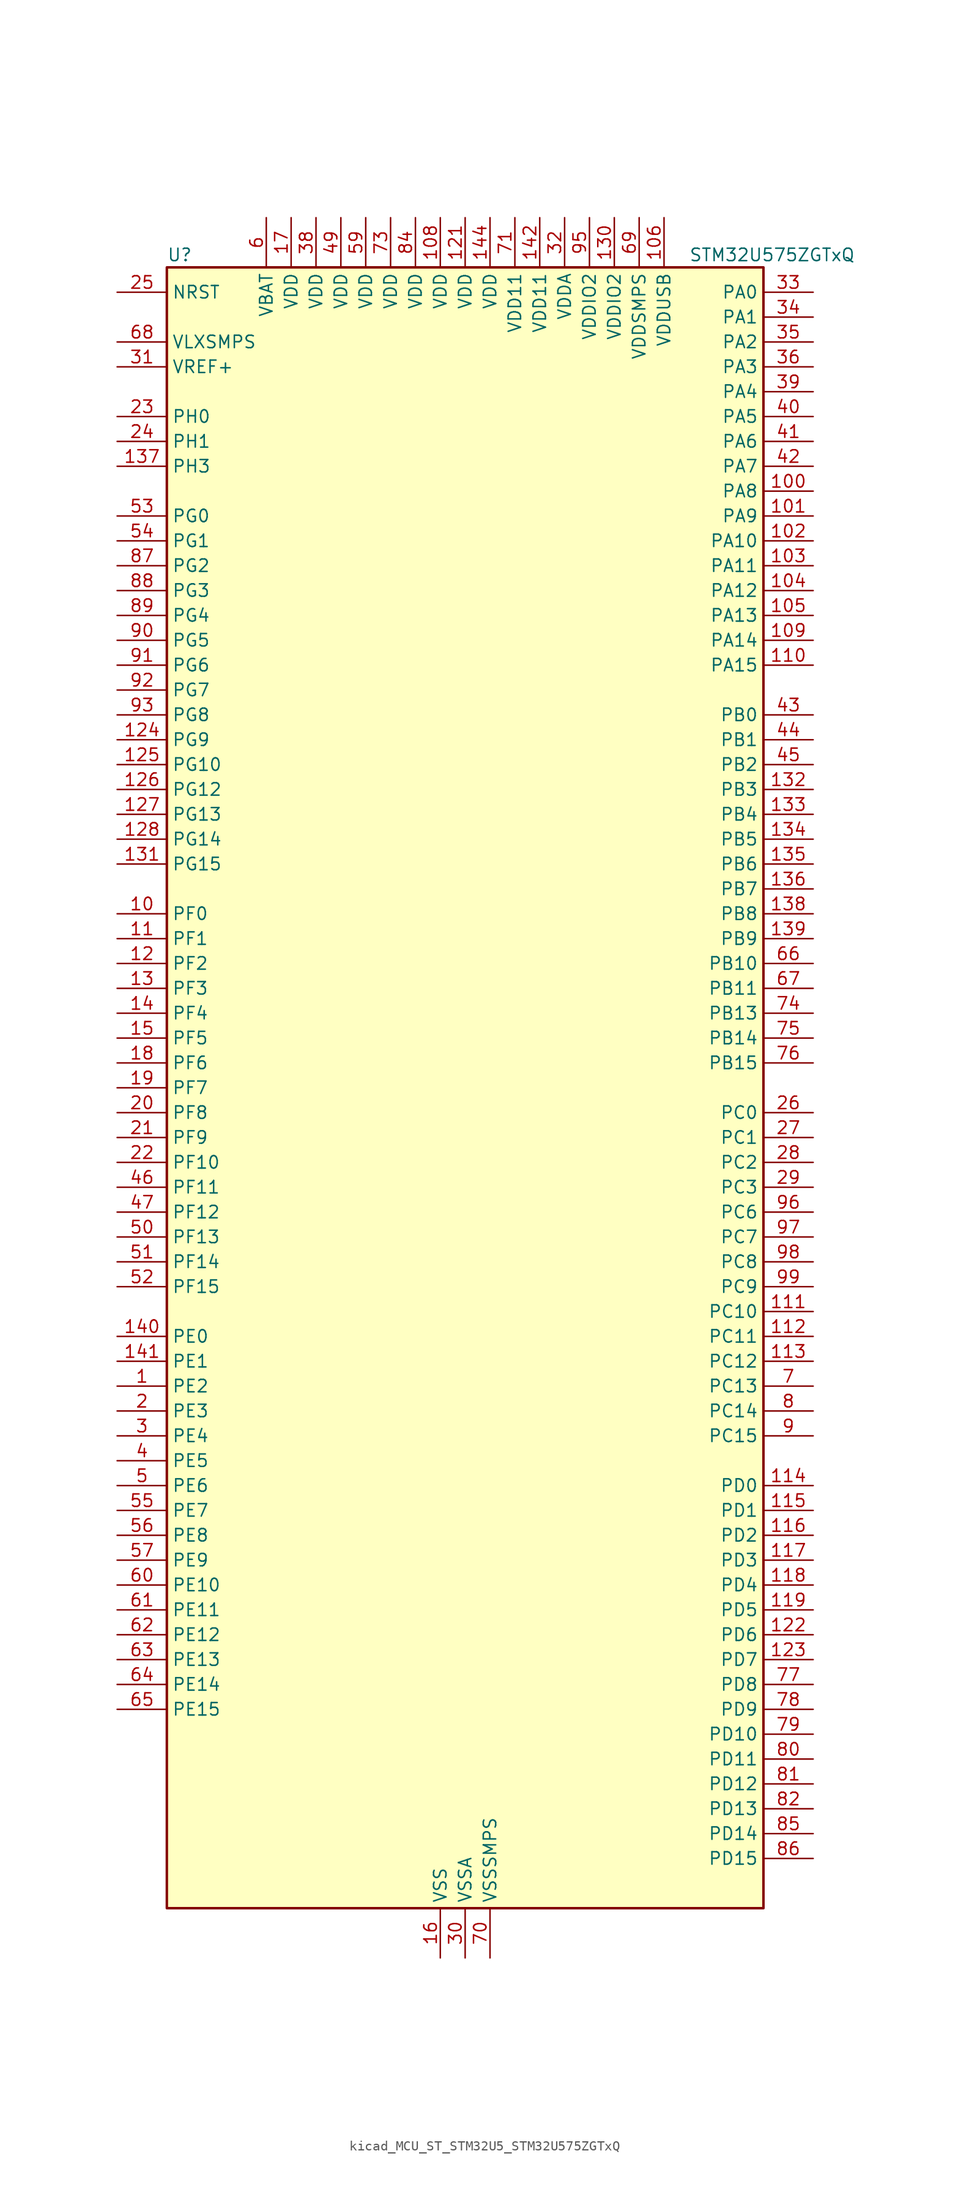
<source format=kicad_sym>
(kicad_symbol_lib
  (version 20220914)
  (generator kicad_symbol_editor)
  (symbol "kicad_MCU_ST_STM32U5_STM32U575ZGTxQ"
    (property "Reference" "U"
      (at -30.48 85.09 0)
      (effects (font (size 1.27 1.27)) (justify left)))
    (property "Value" "STM32U575ZGTxQ"
      (at 22.86 85.09 0)
      (effects (font (size 1.27 1.27)) (justify left)))
    (property "ki_locked" ""
      (at 0 0 0)
      (effects (font (size 1.27 1.27))))
    (symbol "kicad_MCU_ST_STM32U5_STM32U575ZGTxQ_0_1"
      (rectangle (start -30.48 -83.82) (end 30.48 83.82) (stroke (width 0.254) (type default)) (fill (type background))))
    (symbol "kicad_MCU_ST_STM32U5_STM32U575ZGTxQ_1_1"
      (pin bidirectional line (at -35.56 -30.48 0) (length 5.08) (name "PE2" (effects (font (size 1.27 1.27)))) (number "1" (effects (font (size 1.27 1.27)))) (alternate "DEBUG_TRACECLK" bidirectional line) (alternate "FMC_A23" bidirectional line) (alternate "SAI1_CK1" bidirectional line) (alternate "SAI1_MCLK_A" bidirectional line) (alternate "TIM3_ETR" bidirectional line) (alternate "TSC_G7_IO1" bidirectional line))
      (pin bidirectional line (at -35.56 17.78 0) (length 5.08) (name "PF0" (effects (font (size 1.27 1.27)))) (number "10" (effects (font (size 1.27 1.27)))) (alternate "FMC_A0" bidirectional line) (alternate "I2C2_SDA" bidirectional line) (alternate "OCTOSPIM_P2_IO0" bidirectional line))
      (pin bidirectional line (at 35.56 60.96 180) (length 5.08) (name "PA8" (effects (font (size 1.27 1.27)))) (number "100" (effects (font (size 1.27 1.27)))) (alternate "DEBUG_TRACECLK" bidirectional line) (alternate "LPTIM2_CH1" bidirectional line) (alternate "RCC_MCO" bidirectional line) (alternate "SAI1_CK2" bidirectional line) (alternate "SAI1_SCK_A" bidirectional line) (alternate "SPI1_RDY" bidirectional line) (alternate "TIM1_CH1" bidirectional line) (alternate "USART1_CK" bidirectional line) (alternate "USB_OTG_FS_SOF" bidirectional line))
      (pin bidirectional line (at 35.56 58.42 180) (length 5.08) (name "PA9" (effects (font (size 1.27 1.27)))) (number "101" (effects (font (size 1.27 1.27)))) (alternate "DAC1_EXTI9" bidirectional line) (alternate "DCMI_D0" bidirectional line) (alternate "PSSI_D0" bidirectional line) (alternate "SAI1_FS_A" bidirectional line) (alternate "SPI2_SCK" bidirectional line) (alternate "TIM15_BKIN" bidirectional line) (alternate "TIM1_CH2" bidirectional line) (alternate "USART1_TX" bidirectional line) (alternate "USB_OTG_FS_VBUS" bidirectional line))
      (pin bidirectional line (at 35.56 55.88 180) (length 5.08) (name "PA10" (effects (font (size 1.27 1.27)))) (number "102" (effects (font (size 1.27 1.27)))) (alternate "CRS_SYNC" bidirectional line) (alternate "DCMI_D1" bidirectional line) (alternate "LPTIM2_IN2" bidirectional line) (alternate "PSSI_D1" bidirectional line) (alternate "SAI1_D1" bidirectional line) (alternate "SAI1_SD_A" bidirectional line) (alternate "TIM17_BKIN" bidirectional line) (alternate "TIM1_CH3" bidirectional line) (alternate "USART1_RX" bidirectional line) (alternate "USB_OTG_FS_ID" bidirectional line))
      (pin bidirectional line (at 35.56 53.34 180) (length 5.08) (name "PA11" (effects (font (size 1.27 1.27)))) (number "103" (effects (font (size 1.27 1.27)))) (alternate "ADC1_EXTI11" bidirectional line) (alternate "FDCAN1_RX" bidirectional line) (alternate "SPI1_MISO" bidirectional line) (alternate "TIM1_BKIN2" bidirectional line) (alternate "TIM1_CH4" bidirectional line) (alternate "USART1_CTS" bidirectional line) (alternate "USB_OTG_FS_DM" bidirectional line))
      (pin bidirectional line (at 35.56 50.8 180) (length 5.08) (name "PA12" (effects (font (size 1.27 1.27)))) (number "104" (effects (font (size 1.27 1.27)))) (alternate "FDCAN1_TX" bidirectional line) (alternate "OCTOSPIM_P2_NCS" bidirectional line) (alternate "SPI1_MOSI" bidirectional line) (alternate "TIM1_ETR" bidirectional line) (alternate "USART1_DE" bidirectional line) (alternate "USART1_RTS" bidirectional line) (alternate "USB_OTG_FS_DP" bidirectional line))
      (pin bidirectional line (at 35.56 48.26 180) (length 5.08) (name "PA13" (effects (font (size 1.27 1.27)))) (number "105" (effects (font (size 1.27 1.27)))) (alternate "DEBUG_JTMS-SWDIO" bidirectional line) (alternate "IR_OUT" bidirectional line) (alternate "SAI1_SD_B" bidirectional line) (alternate "USB_OTG_FS_NOE" bidirectional line))
      (pin power_in line (at 20.32 88.9 270) (length 5.08) (name "VDDUSB" (effects (font (size 1.27 1.27)))) (number "106" (effects (font (size 1.27 1.27)))))
      (pin passive line (at -2.54 -88.9 90) (length 5.08) hide (name "VSS" (effects (font (size 1.27 1.27)))) (number "107" (effects (font (size 1.27 1.27)))))
      (pin power_in line (at -2.54 88.9 270) (length 5.08) (name "VDD" (effects (font (size 1.27 1.27)))) (number "108" (effects (font (size 1.27 1.27)))))
      (pin bidirectional line (at 35.56 45.72 180) (length 5.08) (name "PA14" (effects (font (size 1.27 1.27)))) (number "109" (effects (font (size 1.27 1.27)))) (alternate "DEBUG_JTCK-SWCLK" bidirectional line) (alternate "I2C1_SMBA" bidirectional line) (alternate "I2C4_SMBA" bidirectional line) (alternate "LPTIM1_CH1" bidirectional line) (alternate "SAI1_FS_B" bidirectional line) (alternate "USB_OTG_FS_SOF" bidirectional line))
      (pin bidirectional line (at -35.56 15.24 0) (length 5.08) (name "PF1" (effects (font (size 1.27 1.27)))) (number "11" (effects (font (size 1.27 1.27)))) (alternate "FMC_A1" bidirectional line) (alternate "I2C2_SCL" bidirectional line) (alternate "OCTOSPIM_P2_IO1" bidirectional line))
      (pin bidirectional line (at 35.56 43.18 180) (length 5.08) (name "PA15" (effects (font (size 1.27 1.27)))) (number "110" (effects (font (size 1.27 1.27)))) (alternate "ADC1_EXTI15" bidirectional line) (alternate "ADC4_EXTI15" bidirectional line) (alternate "DEBUG_JTDI" bidirectional line) (alternate "SAI2_FS_B" bidirectional line) (alternate "SPI1_NSS" bidirectional line) (alternate "SPI3_NSS" bidirectional line) (alternate "TIM2_CH1" bidirectional line) (alternate "TIM2_ETR" bidirectional line) (alternate "UART4_DE" bidirectional line) (alternate "UART4_RTS" bidirectional line) (alternate "UCPD1_CC1" bidirectional line) (alternate "USART2_RX" bidirectional line) (alternate "USART3_DE" bidirectional line) (alternate "USART3_RTS" bidirectional line))
      (pin bidirectional line (at 35.56 -22.86 180) (length 5.08) (name "PC10" (effects (font (size 1.27 1.27)))) (number "111" (effects (font (size 1.27 1.27)))) (alternate "ADF1_CCK1" bidirectional line) (alternate "DCMI_D8" bidirectional line) (alternate "DEBUG_TRACED1" bidirectional line) (alternate "LPTIM3_ETR" bidirectional line) (alternate "PSSI_D8" bidirectional line) (alternate "SAI2_SCK_B" bidirectional line) (alternate "SDMMC1_D2" bidirectional line) (alternate "SPI3_SCK" bidirectional line) (alternate "TSC_G3_IO2" bidirectional line) (alternate "UART4_TX" bidirectional line) (alternate "USART3_TX" bidirectional line))
      (pin bidirectional line (at 35.56 -25.4 180) (length 5.08) (name "PC11" (effects (font (size 1.27 1.27)))) (number "112" (effects (font (size 1.27 1.27)))) (alternate "ADC1_EXTI11" bidirectional line) (alternate "ADF1_SDI0" bidirectional line) (alternate "DCMI_D2" bidirectional line) (alternate "DCMI_D4" bidirectional line) (alternate "LPTIM3_IN1" bidirectional line) (alternate "OCTOSPIM_P1_NCS" bidirectional line) (alternate "PSSI_D2" bidirectional line) (alternate "PSSI_D4" bidirectional line) (alternate "SAI2_MCLK_B" bidirectional line) (alternate "SDMMC1_D3" bidirectional line) (alternate "SPI3_MISO" bidirectional line) (alternate "TSC_G3_IO3" bidirectional line) (alternate "UART4_RX" bidirectional line) (alternate "UCPD1_FRSTX2" bidirectional line) (alternate "USART3_RX" bidirectional line))
      (pin bidirectional line (at 35.56 -27.94 180) (length 5.08) (name "PC12" (effects (font (size 1.27 1.27)))) (number "113" (effects (font (size 1.27 1.27)))) (alternate "DCMI_D9" bidirectional line) (alternate "DEBUG_TRACED3" bidirectional line) (alternate "PSSI_D9" bidirectional line) (alternate "SAI2_SD_B" bidirectional line) (alternate "SDMMC1_CK" bidirectional line) (alternate "SPI3_MOSI" bidirectional line) (alternate "TSC_G3_IO4" bidirectional line) (alternate "UART5_TX" bidirectional line) (alternate "USART3_CK" bidirectional line))
      (pin bidirectional line (at 35.56 -40.64 180) (length 5.08) (name "PD0" (effects (font (size 1.27 1.27)))) (number "114" (effects (font (size 1.27 1.27)))) (alternate "FDCAN1_RX" bidirectional line) (alternate "FMC_D2" bidirectional line) (alternate "FMC_DA2" bidirectional line) (alternate "SPI2_NSS" bidirectional line) (alternate "TIM8_CH4N" bidirectional line))
      (pin bidirectional line (at 35.56 -43.18 180) (length 5.08) (name "PD1" (effects (font (size 1.27 1.27)))) (number "115" (effects (font (size 1.27 1.27)))) (alternate "FDCAN1_TX" bidirectional line) (alternate "FMC_D3" bidirectional line) (alternate "FMC_DA3" bidirectional line) (alternate "SPI2_SCK" bidirectional line))
      (pin bidirectional line (at 35.56 -45.72 180) (length 5.08) (name "PD2" (effects (font (size 1.27 1.27)))) (number "116" (effects (font (size 1.27 1.27)))) (alternate "DCMI_D11" bidirectional line) (alternate "DEBUG_TRACED2" bidirectional line) (alternate "LPTIM4_ETR" bidirectional line) (alternate "PSSI_D11" bidirectional line) (alternate "SDMMC1_CMD" bidirectional line) (alternate "TIM3_ETR" bidirectional line) (alternate "TSC_SYNC" bidirectional line) (alternate "UART5_RX" bidirectional line) (alternate "USART3_DE" bidirectional line) (alternate "USART3_RTS" bidirectional line))
      (pin bidirectional line (at 35.56 -48.26 180) (length 5.08) (name "PD3" (effects (font (size 1.27 1.27)))) (number "117" (effects (font (size 1.27 1.27)))) (alternate "DCMI_D5" bidirectional line) (alternate "FMC_CLK" bidirectional line) (alternate "MDF1_SDI0" bidirectional line) (alternate "OCTOSPIM_P2_NCS" bidirectional line) (alternate "PSSI_D5" bidirectional line) (alternate "SPI2_MISO" bidirectional line) (alternate "SPI2_SCK" bidirectional line) (alternate "USART2_CTS" bidirectional line))
      (pin bidirectional line (at 35.56 -50.8 180) (length 5.08) (name "PD4" (effects (font (size 1.27 1.27)))) (number "118" (effects (font (size 1.27 1.27)))) (alternate "FMC_NOE" bidirectional line) (alternate "MDF1_CKI0" bidirectional line) (alternate "OCTOSPIM_P1_IO4" bidirectional line) (alternate "SPI2_MOSI" bidirectional line) (alternate "USART2_DE" bidirectional line) (alternate "USART2_RTS" bidirectional line))
      (pin bidirectional line (at 35.56 -53.34 180) (length 5.08) (name "PD5" (effects (font (size 1.27 1.27)))) (number "119" (effects (font (size 1.27 1.27)))) (alternate "FMC_NWE" bidirectional line) (alternate "OCTOSPIM_P1_IO5" bidirectional line) (alternate "SPI2_RDY" bidirectional line) (alternate "USART2_TX" bidirectional line))
      (pin bidirectional line (at -35.56 12.7 0) (length 5.08) (name "PF2" (effects (font (size 1.27 1.27)))) (number "12" (effects (font (size 1.27 1.27)))) (alternate "FMC_A2" bidirectional line) (alternate "I2C2_SMBA" bidirectional line) (alternate "LPTIM3_CH2" bidirectional line) (alternate "OCTOSPIM_P2_IO2" bidirectional line) (alternate "PWR_WKUP8" bidirectional line))
      (pin passive line (at -2.54 -88.9 90) (length 5.08) hide (name "VSS" (effects (font (size 1.27 1.27)))) (number "120" (effects (font (size 1.27 1.27)))))
      (pin power_in line (at 0 88.9 270) (length 5.08) (name "VDD" (effects (font (size 1.27 1.27)))) (number "121" (effects (font (size 1.27 1.27)))))
      (pin bidirectional line (at 35.56 -55.88 180) (length 5.08) (name "PD6" (effects (font (size 1.27 1.27)))) (number "122" (effects (font (size 1.27 1.27)))) (alternate "DCMI_D10" bidirectional line) (alternate "FMC_NWAIT" bidirectional line) (alternate "MDF1_SDI1" bidirectional line) (alternate "OCTOSPIM_P1_IO6" bidirectional line) (alternate "PSSI_D10" bidirectional line) (alternate "SAI1_D1" bidirectional line) (alternate "SAI1_SD_A" bidirectional line) (alternate "SDMMC2_CK" bidirectional line) (alternate "SPI3_MOSI" bidirectional line) (alternate "USART2_RX" bidirectional line))
      (pin bidirectional line (at 35.56 -58.42 180) (length 5.08) (name "PD7" (effects (font (size 1.27 1.27)))) (number "123" (effects (font (size 1.27 1.27)))) (alternate "FMC_NCE" bidirectional line) (alternate "FMC_NE1" bidirectional line) (alternate "LPTIM4_OUT" bidirectional line) (alternate "MDF1_CKI1" bidirectional line) (alternate "OCTOSPIM_P1_IO7" bidirectional line) (alternate "SDMMC2_CMD" bidirectional line) (alternate "USART2_CK" bidirectional line))
      (pin bidirectional line (at -35.56 35.56 0) (length 5.08) (name "PG9" (effects (font (size 1.27 1.27)))) (number "124" (effects (font (size 1.27 1.27)))) (alternate "DAC1_EXTI9" bidirectional line) (alternate "FMC_NCE" bidirectional line) (alternate "FMC_NE2" bidirectional line) (alternate "OCTOSPIM_P2_IO6" bidirectional line) (alternate "SAI2_SCK_A" bidirectional line) (alternate "SPI3_SCK" bidirectional line) (alternate "TIM15_CH1N" bidirectional line) (alternate "USART1_TX" bidirectional line))
      (pin bidirectional line (at -35.56 33.02 0) (length 5.08) (name "PG10" (effects (font (size 1.27 1.27)))) (number "125" (effects (font (size 1.27 1.27)))) (alternate "FMC_NE3" bidirectional line) (alternate "LPTIM1_IN1" bidirectional line) (alternate "OCTOSPIM_P2_IO7" bidirectional line) (alternate "SAI2_FS_A" bidirectional line) (alternate "SPI3_MISO" bidirectional line) (alternate "TIM15_CH1" bidirectional line) (alternate "USART1_RX" bidirectional line))
      (pin bidirectional line (at -35.56 30.48 0) (length 5.08) (name "PG12" (effects (font (size 1.27 1.27)))) (number "126" (effects (font (size 1.27 1.27)))) (alternate "FMC_NE4" bidirectional line) (alternate "LPTIM1_ETR" bidirectional line) (alternate "OCTOSPIM_P2_NCS" bidirectional line) (alternate "SAI2_SD_A" bidirectional line) (alternate "SPI3_NSS" bidirectional line) (alternate "USART1_DE" bidirectional line) (alternate "USART1_RTS" bidirectional line))
      (pin bidirectional line (at -35.56 27.94 0) (length 5.08) (name "PG13" (effects (font (size 1.27 1.27)))) (number "127" (effects (font (size 1.27 1.27)))) (alternate "FMC_A24" bidirectional line) (alternate "I2C1_SDA" bidirectional line) (alternate "SPI3_RDY" bidirectional line) (alternate "USART1_CK" bidirectional line))
      (pin bidirectional line (at -35.56 25.4 0) (length 5.08) (name "PG14" (effects (font (size 1.27 1.27)))) (number "128" (effects (font (size 1.27 1.27)))) (alternate "FMC_A25" bidirectional line) (alternate "I2C1_SCL" bidirectional line) (alternate "LPTIM1_CH2" bidirectional line))
      (pin passive line (at -2.54 -88.9 90) (length 5.08) hide (name "VSS" (effects (font (size 1.27 1.27)))) (number "129" (effects (font (size 1.27 1.27)))))
      (pin bidirectional line (at -35.56 10.16 0) (length 5.08) (name "PF3" (effects (font (size 1.27 1.27)))) (number "13" (effects (font (size 1.27 1.27)))) (alternate "FMC_A3" bidirectional line) (alternate "LPTIM3_IN1" bidirectional line) (alternate "OCTOSPIM_P2_IO3" bidirectional line))
      (pin power_in line (at 15.24 88.9 270) (length 5.08) (name "VDDIO2" (effects (font (size 1.27 1.27)))) (number "130" (effects (font (size 1.27 1.27)))))
      (pin bidirectional line (at -35.56 22.86 0) (length 5.08) (name "PG15" (effects (font (size 1.27 1.27)))) (number "131" (effects (font (size 1.27 1.27)))) (alternate "ADC1_EXTI15" bidirectional line) (alternate "ADC4_EXTI15" bidirectional line) (alternate "DCMI_D13" bidirectional line) (alternate "I2C1_SMBA" bidirectional line) (alternate "LPTIM1_CH1" bidirectional line) (alternate "OCTOSPIM_P2_DQS" bidirectional line) (alternate "PSSI_D13" bidirectional line))
      (pin bidirectional line (at 35.56 30.48 180) (length 5.08) (name "PB3" (effects (font (size 1.27 1.27)))) (number "132" (effects (font (size 1.27 1.27)))) (alternate "ADF1_CCK0" bidirectional line) (alternate "COMP2_INM" bidirectional line) (alternate "CRS_SYNC" bidirectional line) (alternate "DEBUG_JTDO-SWO" bidirectional line) (alternate "I2C1_SDA" bidirectional line) (alternate "LPTIM1_CH1" bidirectional line) (alternate "SAI1_SCK_B" bidirectional line) (alternate "SDMMC2_D2" bidirectional line) (alternate "SPI1_SCK" bidirectional line) (alternate "SPI3_SCK" bidirectional line) (alternate "TIM2_CH2" bidirectional line) (alternate "USART1_DE" bidirectional line) (alternate "USART1_RTS" bidirectional line))
      (pin bidirectional line (at 35.56 27.94 180) (length 5.08) (name "PB4" (effects (font (size 1.27 1.27)))) (number "133" (effects (font (size 1.27 1.27)))) (alternate "ADF1_SDI0" bidirectional line) (alternate "COMP2_INP" bidirectional line) (alternate "DCMI_D12" bidirectional line) (alternate "DEBUG_JTRST" bidirectional line) (alternate "I2C3_SDA" bidirectional line) (alternate "LPTIM1_CH2" bidirectional line) (alternate "PSSI_D12" bidirectional line) (alternate "SAI1_MCLK_B" bidirectional line) (alternate "SDMMC2_D3" bidirectional line) (alternate "SPI1_MISO" bidirectional line) (alternate "SPI3_MISO" bidirectional line) (alternate "TIM17_BKIN" bidirectional line) (alternate "TIM3_CH1" bidirectional line) (alternate "TSC_G2_IO1" bidirectional line) (alternate "UART5_DE" bidirectional line) (alternate "UART5_RTS" bidirectional line) (alternate "USART1_CTS" bidirectional line))
      (pin bidirectional line (at 35.56 25.4 180) (length 5.08) (name "PB5" (effects (font (size 1.27 1.27)))) (number "134" (effects (font (size 1.27 1.27)))) (alternate "COMP2_OUT" bidirectional line) (alternate "DCMI_D10" bidirectional line) (alternate "I2C1_SMBA" bidirectional line) (alternate "LPTIM1_IN1" bidirectional line) (alternate "OCTOSPIM_P1_NCLK" bidirectional line) (alternate "PSSI_D10" bidirectional line) (alternate "PWR_WKUP6" bidirectional line) (alternate "SAI1_SD_B" bidirectional line) (alternate "SPI1_MOSI" bidirectional line) (alternate "SPI3_MOSI" bidirectional line) (alternate "TIM16_BKIN" bidirectional line) (alternate "TIM3_CH2" bidirectional line) (alternate "TSC_G2_IO2" bidirectional line) (alternate "UART5_CTS" bidirectional line) (alternate "UCPD1_DBCC1" bidirectional line) (alternate "USART1_CK" bidirectional line))
      (pin bidirectional line (at 35.56 22.86 180) (length 5.08) (name "PB6" (effects (font (size 1.27 1.27)))) (number "135" (effects (font (size 1.27 1.27)))) (alternate "COMP2_INP" bidirectional line) (alternate "DCMI_D5" bidirectional line) (alternate "I2C1_SCL" bidirectional line) (alternate "I2C4_SCL" bidirectional line) (alternate "LPTIM1_ETR" bidirectional line) (alternate "MDF1_SDI5" bidirectional line) (alternate "PSSI_D5" bidirectional line) (alternate "PWR_WKUP3" bidirectional line) (alternate "SAI1_FS_B" bidirectional line) (alternate "TIM16_CH1N" bidirectional line) (alternate "TIM4_CH1" bidirectional line) (alternate "TIM8_BKIN2" bidirectional line) (alternate "TSC_G2_IO3" bidirectional line) (alternate "USART1_TX" bidirectional line))
      (pin bidirectional line (at 35.56 20.32 180) (length 5.08) (name "PB7" (effects (font (size 1.27 1.27)))) (number "136" (effects (font (size 1.27 1.27)))) (alternate "COMP2_INM" bidirectional line) (alternate "DCMI_VSYNC" bidirectional line) (alternate "FMC_NL" bidirectional line) (alternate "I2C1_SDA" bidirectional line) (alternate "I2C4_SDA" bidirectional line) (alternate "LPTIM1_IN2" bidirectional line) (alternate "MDF1_CKI5" bidirectional line) (alternate "PSSI_RDY" bidirectional line) (alternate "PWR_PVD_IN" bidirectional line) (alternate "PWR_WKUP4" bidirectional line) (alternate "TIM17_CH1N" bidirectional line) (alternate "TIM4_CH2" bidirectional line) (alternate "TIM8_BKIN" bidirectional line) (alternate "TSC_G2_IO4" bidirectional line) (alternate "UART4_CTS" bidirectional line) (alternate "USART1_RX" bidirectional line))
      (pin bidirectional line (at -35.56 63.5 0) (length 5.08) (name "PH3" (effects (font (size 1.27 1.27)))) (number "137" (effects (font (size 1.27 1.27)))))
      (pin bidirectional line (at 35.56 17.78 180) (length 5.08) (name "PB8" (effects (font (size 1.27 1.27)))) (number "138" (effects (font (size 1.27 1.27)))) (alternate "DCMI_D6" bidirectional line) (alternate "FDCAN1_RX" bidirectional line) (alternate "I2C1_SCL" bidirectional line) (alternate "MDF1_CCK0" bidirectional line) (alternate "PSSI_D6" bidirectional line) (alternate "PWR_WKUP5" bidirectional line) (alternate "SAI1_CK1" bidirectional line) (alternate "SAI1_MCLK_A" bidirectional line) (alternate "SDMMC1_CKIN" bidirectional line) (alternate "SDMMC1_D4" bidirectional line) (alternate "SDMMC2_D4" bidirectional line) (alternate "SPI3_RDY" bidirectional line) (alternate "TIM16_CH1" bidirectional line) (alternate "TIM4_CH3" bidirectional line))
      (pin bidirectional line (at 35.56 15.24 180) (length 5.08) (name "PB9" (effects (font (size 1.27 1.27)))) (number "139" (effects (font (size 1.27 1.27)))) (alternate "DAC1_EXTI9" bidirectional line) (alternate "DCMI_D7" bidirectional line) (alternate "FDCAN1_TX" bidirectional line) (alternate "I2C1_SDA" bidirectional line) (alternate "IR_OUT" bidirectional line) (alternate "PSSI_D7" bidirectional line) (alternate "SAI1_D2" bidirectional line) (alternate "SAI1_FS_A" bidirectional line) (alternate "SDMMC1_CDIR" bidirectional line) (alternate "SDMMC1_D5" bidirectional line) (alternate "SDMMC2_D5" bidirectional line) (alternate "SPI2_NSS" bidirectional line) (alternate "TIM17_CH1" bidirectional line) (alternate "TIM4_CH4" bidirectional line))
      (pin bidirectional line (at -35.56 7.62 0) (length 5.08) (name "PF4" (effects (font (size 1.27 1.27)))) (number "14" (effects (font (size 1.27 1.27)))) (alternate "FMC_A4" bidirectional line) (alternate "LPTIM3_ETR" bidirectional line) (alternate "OCTOSPIM_P2_CLK" bidirectional line))
      (pin bidirectional line (at -35.56 -25.4 0) (length 5.08) (name "PE0" (effects (font (size 1.27 1.27)))) (number "140" (effects (font (size 1.27 1.27)))) (alternate "DCMI_D2" bidirectional line) (alternate "FMC_NBL0" bidirectional line) (alternate "PSSI_D2" bidirectional line) (alternate "TIM16_CH1" bidirectional line) (alternate "TIM4_ETR" bidirectional line))
      (pin bidirectional line (at -35.56 -27.94 0) (length 5.08) (name "PE1" (effects (font (size 1.27 1.27)))) (number "141" (effects (font (size 1.27 1.27)))) (alternate "DCMI_D3" bidirectional line) (alternate "FMC_NBL1" bidirectional line) (alternate "PSSI_D3" bidirectional line) (alternate "TIM17_CH1" bidirectional line))
      (pin power_in line (at 7.62 88.9 270) (length 5.08) (name "VDD11" (effects (font (size 1.27 1.27)))) (number "142" (effects (font (size 1.27 1.27)))))
      (pin passive line (at -2.54 -88.9 90) (length 5.08) hide (name "VSS" (effects (font (size 1.27 1.27)))) (number "143" (effects (font (size 1.27 1.27)))))
      (pin power_in line (at 2.54 88.9 270) (length 5.08) (name "VDD" (effects (font (size 1.27 1.27)))) (number "144" (effects (font (size 1.27 1.27)))))
      (pin bidirectional line (at -35.56 5.08 0) (length 5.08) (name "PF5" (effects (font (size 1.27 1.27)))) (number "15" (effects (font (size 1.27 1.27)))) (alternate "FMC_A5" bidirectional line) (alternate "LPTIM3_CH1" bidirectional line) (alternate "OCTOSPIM_P2_NCLK" bidirectional line))
      (pin power_in line (at -2.54 -88.9 90) (length 5.08) (name "VSS" (effects (font (size 1.27 1.27)))) (number "16" (effects (font (size 1.27 1.27)))))
      (pin power_in line (at -17.78 88.9 270) (length 5.08) (name "VDD" (effects (font (size 1.27 1.27)))) (number "17" (effects (font (size 1.27 1.27)))))
      (pin bidirectional line (at -35.56 2.54 0) (length 5.08) (name "PF6" (effects (font (size 1.27 1.27)))) (number "18" (effects (font (size 1.27 1.27)))) (alternate "DCMI_D12" bidirectional line) (alternate "OCTOSPIM_P1_IO3" bidirectional line) (alternate "OCTOSPIM_P2_NCS" bidirectional line) (alternate "PSSI_D12" bidirectional line) (alternate "SAI1_SD_B" bidirectional line) (alternate "TIM5_CH1" bidirectional line) (alternate "TIM5_ETR" bidirectional line))
      (pin bidirectional line (at -35.56 0 0) (length 5.08) (name "PF7" (effects (font (size 1.27 1.27)))) (number "19" (effects (font (size 1.27 1.27)))) (alternate "FDCAN1_RX" bidirectional line) (alternate "OCTOSPIM_P1_IO2" bidirectional line) (alternate "SAI1_MCLK_B" bidirectional line) (alternate "TIM5_CH2" bidirectional line))
      (pin bidirectional line (at -35.56 -33.02 0) (length 5.08) (name "PE3" (effects (font (size 1.27 1.27)))) (number "2" (effects (font (size 1.27 1.27)))) (alternate "DEBUG_TRACED0" bidirectional line) (alternate "FMC_A19" bidirectional line) (alternate "OCTOSPIM_P1_DQS" bidirectional line) (alternate "SAI1_SD_B" bidirectional line) (alternate "TAMP_IN6" bidirectional line) (alternate "TAMP_OUT3" bidirectional line) (alternate "TIM3_CH1" bidirectional line) (alternate "TSC_G7_IO2" bidirectional line))
      (pin bidirectional line (at -35.56 -2.54 0) (length 5.08) (name "PF8" (effects (font (size 1.27 1.27)))) (number "20" (effects (font (size 1.27 1.27)))) (alternate "FDCAN1_TX" bidirectional line) (alternate "OCTOSPIM_P1_IO0" bidirectional line) (alternate "PSSI_D14" bidirectional line) (alternate "SAI1_SCK_B" bidirectional line) (alternate "TIM5_CH3" bidirectional line))
      (pin bidirectional line (at -35.56 -5.08 0) (length 5.08) (name "PF9" (effects (font (size 1.27 1.27)))) (number "21" (effects (font (size 1.27 1.27)))) (alternate "DAC1_EXTI9" bidirectional line) (alternate "OCTOSPIM_P1_IO1" bidirectional line) (alternate "PSSI_D15" bidirectional line) (alternate "SAI1_FS_B" bidirectional line) (alternate "TIM15_CH1" bidirectional line) (alternate "TIM5_CH4" bidirectional line))
      (pin bidirectional line (at -35.56 -7.62 0) (length 5.08) (name "PF10" (effects (font (size 1.27 1.27)))) (number "22" (effects (font (size 1.27 1.27)))) (alternate "DCMI_D11" bidirectional line) (alternate "MDF1_CCK1" bidirectional line) (alternate "OCTOSPIM_P1_CLK" bidirectional line) (alternate "PSSI_D11" bidirectional line) (alternate "PSSI_D15" bidirectional line) (alternate "SAI1_D3" bidirectional line) (alternate "TIM15_CH2" bidirectional line))
      (pin bidirectional line (at -35.56 68.58 0) (length 5.08) (name "PH0" (effects (font (size 1.27 1.27)))) (number "23" (effects (font (size 1.27 1.27)))) (alternate "RCC_OSC_IN" bidirectional line))
      (pin bidirectional line (at -35.56 66.04 0) (length 5.08) (name "PH1" (effects (font (size 1.27 1.27)))) (number "24" (effects (font (size 1.27 1.27)))) (alternate "RCC_OSC_OUT" bidirectional line))
      (pin input line (at -35.56 81.28 0) (length 5.08) (name "NRST" (effects (font (size 1.27 1.27)))) (number "25" (effects (font (size 1.27 1.27)))))
      (pin bidirectional line (at 35.56 -2.54 180) (length 5.08) (name "PC0" (effects (font (size 1.27 1.27)))) (number "26" (effects (font (size 1.27 1.27)))) (alternate "ADC1_IN1" bidirectional line) (alternate "ADC4_IN1" bidirectional line) (alternate "I2C3_SCL" bidirectional line) (alternate "LPTIM1_IN1" bidirectional line) (alternate "LPTIM2_IN1" bidirectional line) (alternate "LPUART1_RX" bidirectional line) (alternate "MDF1_SDI4" bidirectional line) (alternate "OCTOSPIM_P1_IO7" bidirectional line) (alternate "SAI2_FS_A" bidirectional line) (alternate "SDMMC1_D5" bidirectional line) (alternate "SPI2_RDY" bidirectional line))
      (pin bidirectional line (at 35.56 -5.08 180) (length 5.08) (name "PC1" (effects (font (size 1.27 1.27)))) (number "27" (effects (font (size 1.27 1.27)))) (alternate "ADC1_IN2" bidirectional line) (alternate "ADC4_IN2" bidirectional line) (alternate "DEBUG_TRACED0" bidirectional line) (alternate "I2C3_SDA" bidirectional line) (alternate "LPTIM1_CH1" bidirectional line) (alternate "LPUART1_TX" bidirectional line) (alternate "MDF1_CKI4" bidirectional line) (alternate "OCTOSPIM_P1_IO4" bidirectional line) (alternate "SAI1_SD_A" bidirectional line) (alternate "SDMMC2_CK" bidirectional line) (alternate "SPI2_MOSI" bidirectional line))
      (pin bidirectional line (at 35.56 -7.62 180) (length 5.08) (name "PC2" (effects (font (size 1.27 1.27)))) (number "28" (effects (font (size 1.27 1.27)))) (alternate "ADC1_IN3" bidirectional line) (alternate "ADC4_IN3" bidirectional line) (alternate "LPTIM1_IN2" bidirectional line) (alternate "MDF1_CCK1" bidirectional line) (alternate "OCTOSPIM_P1_IO5" bidirectional line) (alternate "SPI2_MISO" bidirectional line))
      (pin bidirectional line (at 35.56 -10.16 180) (length 5.08) (name "PC3" (effects (font (size 1.27 1.27)))) (number "29" (effects (font (size 1.27 1.27)))) (alternate "ADC1_IN4" bidirectional line) (alternate "ADC4_IN4" bidirectional line) (alternate "LPTIM1_ETR" bidirectional line) (alternate "LPTIM2_ETR" bidirectional line) (alternate "LPTIM3_CH1" bidirectional line) (alternate "OCTOSPIM_P1_IO6" bidirectional line) (alternate "SAI1_D1" bidirectional line) (alternate "SAI1_SD_A" bidirectional line) (alternate "SPI2_MOSI" bidirectional line))
      (pin bidirectional line (at -35.56 -35.56 0) (length 5.08) (name "PE4" (effects (font (size 1.27 1.27)))) (number "3" (effects (font (size 1.27 1.27)))) (alternate "DCMI_D4" bidirectional line) (alternate "DEBUG_TRACED1" bidirectional line) (alternate "FMC_A20" bidirectional line) (alternate "MDF1_SDI3" bidirectional line) (alternate "PSSI_D4" bidirectional line) (alternate "PWR_WKUP1" bidirectional line) (alternate "SAI1_D2" bidirectional line) (alternate "SAI1_FS_A" bidirectional line) (alternate "TAMP_IN7" bidirectional line) (alternate "TAMP_OUT8" bidirectional line) (alternate "TIM3_CH2" bidirectional line) (alternate "TSC_G7_IO3" bidirectional line))
      (pin power_in line (at 0 -88.9 90) (length 5.08) (name "VSSA" (effects (font (size 1.27 1.27)))) (number "30" (effects (font (size 1.27 1.27)))))
      (pin input line (at -35.56 73.66 0) (length 5.08) (name "VREF+" (effects (font (size 1.27 1.27)))) (number "31" (effects (font (size 1.27 1.27)))) (alternate "VREFBUF_OUT" bidirectional line))
      (pin power_in line (at 10.16 88.9 270) (length 5.08) (name "VDDA" (effects (font (size 1.27 1.27)))) (number "32" (effects (font (size 1.27 1.27)))))
      (pin bidirectional line (at 35.56 81.28 180) (length 5.08) (name "PA0" (effects (font (size 1.27 1.27)))) (number "33" (effects (font (size 1.27 1.27)))) (alternate "ADC1_IN5" bidirectional line) (alternate "AUDIOCLK" bidirectional line) (alternate "OCTOSPIM_P2_NCS" bidirectional line) (alternate "OPAMP1_VINP" bidirectional line) (alternate "PWR_WKUP1" bidirectional line) (alternate "SDMMC2_CMD" bidirectional line) (alternate "SPI3_RDY" bidirectional line) (alternate "TAMP_IN2" bidirectional line) (alternate "TAMP_OUT1" bidirectional line) (alternate "TIM2_CH1" bidirectional line) (alternate "TIM2_ETR" bidirectional line) (alternate "TIM5_CH1" bidirectional line) (alternate "TIM8_ETR" bidirectional line) (alternate "UART4_TX" bidirectional line) (alternate "USART2_CTS" bidirectional line))
      (pin bidirectional line (at 35.56 78.74 180) (length 5.08) (name "PA1" (effects (font (size 1.27 1.27)))) (number "34" (effects (font (size 1.27 1.27)))) (alternate "ADC1_IN6" bidirectional line) (alternate "I2C1_SMBA" bidirectional line) (alternate "LPTIM1_CH2" bidirectional line) (alternate "OCTOSPIM_P1_DQS" bidirectional line) (alternate "OPAMP1_VINM" bidirectional line) (alternate "PWR_WKUP3" bidirectional line) (alternate "SPI1_SCK" bidirectional line) (alternate "TAMP_IN5" bidirectional line) (alternate "TAMP_OUT4" bidirectional line) (alternate "TIM15_CH1N" bidirectional line) (alternate "TIM2_CH2" bidirectional line) (alternate "TIM5_CH2" bidirectional line) (alternate "UART4_RX" bidirectional line) (alternate "USART2_DE" bidirectional line) (alternate "USART2_RTS" bidirectional line))
      (pin bidirectional line (at 35.56 76.2 180) (length 5.08) (name "PA2" (effects (font (size 1.27 1.27)))) (number "35" (effects (font (size 1.27 1.27)))) (alternate "ADC1_IN7" bidirectional line) (alternate "COMP1_INP" bidirectional line) (alternate "LPUART1_TX" bidirectional line) (alternate "OCTOSPIM_P1_NCS" bidirectional line) (alternate "PWR_WKUP4" bidirectional line) (alternate "RCC_LSCO" bidirectional line) (alternate "SPI1_RDY" bidirectional line) (alternate "TIM15_CH1" bidirectional line) (alternate "TIM2_CH3" bidirectional line) (alternate "TIM5_CH3" bidirectional line) (alternate "UCPD1_FRSTX1" bidirectional line) (alternate "USART2_TX" bidirectional line))
      (pin bidirectional line (at 35.56 73.66 180) (length 5.08) (name "PA3" (effects (font (size 1.27 1.27)))) (number "36" (effects (font (size 1.27 1.27)))) (alternate "ADC1_IN8" bidirectional line) (alternate "LPUART1_RX" bidirectional line) (alternate "OCTOSPIM_P1_CLK" bidirectional line) (alternate "OPAMP1_VOUT" bidirectional line) (alternate "PWR_WKUP5" bidirectional line) (alternate "SAI1_CK1" bidirectional line) (alternate "SAI1_MCLK_A" bidirectional line) (alternate "TIM15_CH2" bidirectional line) (alternate "TIM2_CH4" bidirectional line) (alternate "TIM5_CH4" bidirectional line) (alternate "USART2_RX" bidirectional line))
      (pin passive line (at -2.54 -88.9 90) (length 5.08) hide (name "VSS" (effects (font (size 1.27 1.27)))) (number "37" (effects (font (size 1.27 1.27)))))
      (pin power_in line (at -15.24 88.9 270) (length 5.08) (name "VDD" (effects (font (size 1.27 1.27)))) (number "38" (effects (font (size 1.27 1.27)))))
      (pin bidirectional line (at 35.56 71.12 180) (length 5.08) (name "PA4" (effects (font (size 1.27 1.27)))) (number "39" (effects (font (size 1.27 1.27)))) (alternate "ADC1_IN9" bidirectional line) (alternate "ADC4_IN9" bidirectional line) (alternate "DAC1_OUT1" bidirectional line) (alternate "DCMI_HSYNC" bidirectional line) (alternate "LPTIM2_CH1" bidirectional line) (alternate "OCTOSPIM_P1_NCS" bidirectional line) (alternate "PSSI_DE" bidirectional line) (alternate "PWR_WKUP2" bidirectional line) (alternate "SAI1_FS_B" bidirectional line) (alternate "SPI1_NSS" bidirectional line) (alternate "SPI3_NSS" bidirectional line) (alternate "USART2_CK" bidirectional line))
      (pin bidirectional line (at -35.56 -38.1 0) (length 5.08) (name "PE5" (effects (font (size 1.27 1.27)))) (number "4" (effects (font (size 1.27 1.27)))) (alternate "DCMI_D6" bidirectional line) (alternate "DEBUG_TRACED2" bidirectional line) (alternate "FMC_A21" bidirectional line) (alternate "MDF1_CKI3" bidirectional line) (alternate "PSSI_D6" bidirectional line) (alternate "PWR_WKUP2" bidirectional line) (alternate "SAI1_CK2" bidirectional line) (alternate "SAI1_SCK_A" bidirectional line) (alternate "TAMP_IN8" bidirectional line) (alternate "TAMP_OUT7" bidirectional line) (alternate "TIM3_CH3" bidirectional line) (alternate "TSC_G7_IO4" bidirectional line))
      (pin bidirectional line (at 35.56 68.58 180) (length 5.08) (name "PA5" (effects (font (size 1.27 1.27)))) (number "40" (effects (font (size 1.27 1.27)))) (alternate "ADC1_IN10" bidirectional line) (alternate "ADC4_IN10" bidirectional line) (alternate "DAC1_OUT2" bidirectional line) (alternate "LPTIM2_ETR" bidirectional line) (alternate "PSSI_D14" bidirectional line) (alternate "PWR_CSLEEP" bidirectional line) (alternate "PWR_WKUP6" bidirectional line) (alternate "SPI1_SCK" bidirectional line) (alternate "TIM2_CH1" bidirectional line) (alternate "TIM2_ETR" bidirectional line) (alternate "TIM8_CH1N" bidirectional line) (alternate "USART3_RX" bidirectional line))
      (pin bidirectional line (at 35.56 66.04 180) (length 5.08) (name "PA6" (effects (font (size 1.27 1.27)))) (number "41" (effects (font (size 1.27 1.27)))) (alternate "ADC1_IN11" bidirectional line) (alternate "ADC4_IN11" bidirectional line) (alternate "DCMI_PIXCLK" bidirectional line) (alternate "LPUART1_CTS" bidirectional line) (alternate "OCTOSPIM_P1_IO3" bidirectional line) (alternate "OPAMP2_VINP" bidirectional line) (alternate "PSSI_PDCK" bidirectional line) (alternate "PWR_CDSTOP" bidirectional line) (alternate "PWR_WKUP7" bidirectional line) (alternate "SPI1_MISO" bidirectional line) (alternate "TIM16_CH1" bidirectional line) (alternate "TIM1_BKIN" bidirectional line) (alternate "TIM3_CH1" bidirectional line) (alternate "TIM8_BKIN" bidirectional line) (alternate "USART3_CTS" bidirectional line))
      (pin bidirectional line (at 35.56 63.5 180) (length 5.08) (name "PA7" (effects (font (size 1.27 1.27)))) (number "42" (effects (font (size 1.27 1.27)))) (alternate "ADC1_IN12" bidirectional line) (alternate "ADC4_IN20" bidirectional line) (alternate "I2C3_SCL" bidirectional line) (alternate "LPTIM2_CH2" bidirectional line) (alternate "OCTOSPIM_P1_IO2" bidirectional line) (alternate "OPAMP2_VINM" bidirectional line) (alternate "PWR_SRDSTOP" bidirectional line) (alternate "PWR_WKUP8" bidirectional line) (alternate "SPI1_MOSI" bidirectional line) (alternate "TIM17_CH1" bidirectional line) (alternate "TIM1_CH1N" bidirectional line) (alternate "TIM3_CH2" bidirectional line) (alternate "TIM8_CH1N" bidirectional line) (alternate "USART3_TX" bidirectional line))
      (pin bidirectional line (at 35.56 38.1 180) (length 5.08) (name "PB0" (effects (font (size 1.27 1.27)))) (number "43" (effects (font (size 1.27 1.27)))) (alternate "ADC1_IN15" bidirectional line) (alternate "ADC4_IN18" bidirectional line) (alternate "AUDIOCLK" bidirectional line) (alternate "COMP1_OUT" bidirectional line) (alternate "LPTIM3_CH1" bidirectional line) (alternate "OCTOSPIM_P1_IO1" bidirectional line) (alternate "OPAMP2_VOUT" bidirectional line) (alternate "SPI1_NSS" bidirectional line) (alternate "TIM1_CH2N" bidirectional line) (alternate "TIM3_CH3" bidirectional line) (alternate "TIM8_CH2N" bidirectional line) (alternate "USART3_CK" bidirectional line))
      (pin bidirectional line (at 35.56 35.56 180) (length 5.08) (name "PB1" (effects (font (size 1.27 1.27)))) (number "44" (effects (font (size 1.27 1.27)))) (alternate "ADC1_IN16" bidirectional line) (alternate "ADC4_IN19" bidirectional line) (alternate "COMP1_INM" bidirectional line) (alternate "LPTIM2_IN1" bidirectional line) (alternate "LPTIM3_CH2" bidirectional line) (alternate "LPUART1_DE" bidirectional line) (alternate "LPUART1_RTS" bidirectional line) (alternate "MDF1_SDI0" bidirectional line) (alternate "OCTOSPIM_P1_IO0" bidirectional line) (alternate "PWR_WKUP4" bidirectional line) (alternate "TIM1_CH3N" bidirectional line) (alternate "TIM3_CH4" bidirectional line) (alternate "TIM8_CH3N" bidirectional line) (alternate "USART3_DE" bidirectional line) (alternate "USART3_RTS" bidirectional line))
      (pin bidirectional line (at 35.56 33.02 180) (length 5.08) (name "PB2" (effects (font (size 1.27 1.27)))) (number "45" (effects (font (size 1.27 1.27)))) (alternate "ADC1_IN17" bidirectional line) (alternate "COMP1_INP" bidirectional line) (alternate "I2C3_SMBA" bidirectional line) (alternate "LPTIM1_CH1" bidirectional line) (alternate "MDF1_CKI0" bidirectional line) (alternate "OCTOSPIM_P1_DQS" bidirectional line) (alternate "PWR_WKUP1" bidirectional line) (alternate "RTC_OUT2" bidirectional line) (alternate "SPI1_RDY" bidirectional line) (alternate "TIM8_CH4N" bidirectional line) (alternate "UCPD1_FRSTX1" bidirectional line))
      (pin bidirectional line (at -35.56 -10.16 0) (length 5.08) (name "PF11" (effects (font (size 1.27 1.27)))) (number "46" (effects (font (size 1.27 1.27)))) (alternate "ADC1_EXTI11" bidirectional line) (alternate "DCMI_D12" bidirectional line) (alternate "LPTIM4_IN1" bidirectional line) (alternate "OCTOSPIM_P1_NCLK" bidirectional line) (alternate "PSSI_D12" bidirectional line))
      (pin bidirectional line (at -35.56 -12.7 0) (length 5.08) (name "PF12" (effects (font (size 1.27 1.27)))) (number "47" (effects (font (size 1.27 1.27)))) (alternate "FMC_A6" bidirectional line) (alternate "LPTIM4_ETR" bidirectional line) (alternate "OCTOSPIM_P2_DQS" bidirectional line))
      (pin passive line (at -2.54 -88.9 90) (length 5.08) hide (name "VSS" (effects (font (size 1.27 1.27)))) (number "48" (effects (font (size 1.27 1.27)))))
      (pin power_in line (at -12.7 88.9 270) (length 5.08) (name "VDD" (effects (font (size 1.27 1.27)))) (number "49" (effects (font (size 1.27 1.27)))))
      (pin bidirectional line (at -35.56 -40.64 0) (length 5.08) (name "PE6" (effects (font (size 1.27 1.27)))) (number "5" (effects (font (size 1.27 1.27)))) (alternate "DCMI_D7" bidirectional line) (alternate "DEBUG_TRACED3" bidirectional line) (alternate "FMC_A22" bidirectional line) (alternate "PSSI_D7" bidirectional line) (alternate "PWR_WKUP3" bidirectional line) (alternate "SAI1_D1" bidirectional line) (alternate "SAI1_SD_A" bidirectional line) (alternate "TAMP_IN3" bidirectional line) (alternate "TAMP_OUT6" bidirectional line) (alternate "TIM3_CH4" bidirectional line))
      (pin bidirectional line (at -35.56 -15.24 0) (length 5.08) (name "PF13" (effects (font (size 1.27 1.27)))) (number "50" (effects (font (size 1.27 1.27)))) (alternate "FMC_A7" bidirectional line) (alternate "I2C4_SMBA" bidirectional line) (alternate "LPTIM4_OUT" bidirectional line) (alternate "UCPD1_FRSTX2" bidirectional line))
      (pin bidirectional line (at -35.56 -17.78 0) (length 5.08) (name "PF14" (effects (font (size 1.27 1.27)))) (number "51" (effects (font (size 1.27 1.27)))) (alternate "ADC4_IN5" bidirectional line) (alternate "FMC_A8" bidirectional line) (alternate "I2C4_SCL" bidirectional line) (alternate "TSC_G8_IO1" bidirectional line))
      (pin bidirectional line (at -35.56 -20.32 0) (length 5.08) (name "PF15" (effects (font (size 1.27 1.27)))) (number "52" (effects (font (size 1.27 1.27)))) (alternate "ADC1_EXTI15" bidirectional line) (alternate "ADC4_EXTI15" bidirectional line) (alternate "ADC4_IN6" bidirectional line) (alternate "FMC_A9" bidirectional line) (alternate "I2C4_SDA" bidirectional line) (alternate "TSC_G8_IO2" bidirectional line))
      (pin bidirectional line (at -35.56 58.42 0) (length 5.08) (name "PG0" (effects (font (size 1.27 1.27)))) (number "53" (effects (font (size 1.27 1.27)))) (alternate "ADC4_IN7" bidirectional line) (alternate "FMC_A10" bidirectional line) (alternate "OCTOSPIM_P2_IO4" bidirectional line) (alternate "TSC_G8_IO3" bidirectional line))
      (pin bidirectional line (at -35.56 55.88 0) (length 5.08) (name "PG1" (effects (font (size 1.27 1.27)))) (number "54" (effects (font (size 1.27 1.27)))) (alternate "ADC4_IN8" bidirectional line) (alternate "FMC_A11" bidirectional line) (alternate "OCTOSPIM_P2_IO5" bidirectional line) (alternate "TSC_G8_IO4" bidirectional line))
      (pin bidirectional line (at -35.56 -43.18 0) (length 5.08) (name "PE7" (effects (font (size 1.27 1.27)))) (number "55" (effects (font (size 1.27 1.27)))) (alternate "FMC_D4" bidirectional line) (alternate "FMC_DA4" bidirectional line) (alternate "MDF1_SDI2" bidirectional line) (alternate "PWR_WKUP6" bidirectional line) (alternate "SAI1_SD_B" bidirectional line) (alternate "TIM1_ETR" bidirectional line))
      (pin bidirectional line (at -35.56 -45.72 0) (length 5.08) (name "PE8" (effects (font (size 1.27 1.27)))) (number "56" (effects (font (size 1.27 1.27)))) (alternate "FMC_D5" bidirectional line) (alternate "FMC_DA5" bidirectional line) (alternate "MDF1_CKI2" bidirectional line) (alternate "PWR_WKUP7" bidirectional line) (alternate "SAI1_SCK_B" bidirectional line) (alternate "TIM1_CH1N" bidirectional line))
      (pin bidirectional line (at -35.56 -48.26 0) (length 5.08) (name "PE9" (effects (font (size 1.27 1.27)))) (number "57" (effects (font (size 1.27 1.27)))) (alternate "ADF1_CCK0" bidirectional line) (alternate "DAC1_EXTI9" bidirectional line) (alternate "FMC_D6" bidirectional line) (alternate "FMC_DA6" bidirectional line) (alternate "MDF1_CCK0" bidirectional line) (alternate "OCTOSPIM_P1_NCLK" bidirectional line) (alternate "SAI1_FS_B" bidirectional line) (alternate "TIM1_CH1" bidirectional line))
      (pin passive line (at -2.54 -88.9 90) (length 5.08) hide (name "VSS" (effects (font (size 1.27 1.27)))) (number "58" (effects (font (size 1.27 1.27)))))
      (pin power_in line (at -10.16 88.9 270) (length 5.08) (name "VDD" (effects (font (size 1.27 1.27)))) (number "59" (effects (font (size 1.27 1.27)))))
      (pin power_in line (at -20.32 88.9 270) (length 5.08) (name "VBAT" (effects (font (size 1.27 1.27)))) (number "6" (effects (font (size 1.27 1.27)))))
      (pin bidirectional line (at -35.56 -50.8 0) (length 5.08) (name "PE10" (effects (font (size 1.27 1.27)))) (number "60" (effects (font (size 1.27 1.27)))) (alternate "ADF1_SDI0" bidirectional line) (alternate "FMC_D7" bidirectional line) (alternate "FMC_DA7" bidirectional line) (alternate "MDF1_SDI4" bidirectional line) (alternate "OCTOSPIM_P1_CLK" bidirectional line) (alternate "SAI1_MCLK_B" bidirectional line) (alternate "TIM1_CH2N" bidirectional line) (alternate "TSC_G5_IO1" bidirectional line))
      (pin bidirectional line (at -35.56 -53.34 0) (length 5.08) (name "PE11" (effects (font (size 1.27 1.27)))) (number "61" (effects (font (size 1.27 1.27)))) (alternate "ADC1_EXTI11" bidirectional line) (alternate "FMC_D8" bidirectional line) (alternate "FMC_DA8" bidirectional line) (alternate "MDF1_CKI4" bidirectional line) (alternate "OCTOSPIM_P1_NCS" bidirectional line) (alternate "SPI1_RDY" bidirectional line) (alternate "TIM1_CH2" bidirectional line) (alternate "TSC_G5_IO2" bidirectional line))
      (pin bidirectional line (at -35.56 -55.88 0) (length 5.08) (name "PE12" (effects (font (size 1.27 1.27)))) (number "62" (effects (font (size 1.27 1.27)))) (alternate "FMC_D9" bidirectional line) (alternate "FMC_DA9" bidirectional line) (alternate "MDF1_SDI5" bidirectional line) (alternate "OCTOSPIM_P1_IO0" bidirectional line) (alternate "SPI1_NSS" bidirectional line) (alternate "TIM1_CH3N" bidirectional line) (alternate "TSC_G5_IO3" bidirectional line))
      (pin bidirectional line (at -35.56 -58.42 0) (length 5.08) (name "PE13" (effects (font (size 1.27 1.27)))) (number "63" (effects (font (size 1.27 1.27)))) (alternate "FMC_D10" bidirectional line) (alternate "FMC_DA10" bidirectional line) (alternate "MDF1_CKI5" bidirectional line) (alternate "OCTOSPIM_P1_IO1" bidirectional line) (alternate "SPI1_SCK" bidirectional line) (alternate "TIM1_CH3" bidirectional line) (alternate "TSC_G5_IO4" bidirectional line))
      (pin bidirectional line (at -35.56 -60.96 0) (length 5.08) (name "PE14" (effects (font (size 1.27 1.27)))) (number "64" (effects (font (size 1.27 1.27)))) (alternate "FMC_D11" bidirectional line) (alternate "FMC_DA11" bidirectional line) (alternate "OCTOSPIM_P1_IO2" bidirectional line) (alternate "SPI1_MISO" bidirectional line) (alternate "TIM1_BKIN2" bidirectional line) (alternate "TIM1_CH4" bidirectional line))
      (pin bidirectional line (at -35.56 -63.5 0) (length 5.08) (name "PE15" (effects (font (size 1.27 1.27)))) (number "65" (effects (font (size 1.27 1.27)))) (alternate "ADC1_EXTI15" bidirectional line) (alternate "ADC4_EXTI15" bidirectional line) (alternate "FMC_D12" bidirectional line) (alternate "FMC_DA12" bidirectional line) (alternate "OCTOSPIM_P1_IO3" bidirectional line) (alternate "SPI1_MOSI" bidirectional line) (alternate "TIM1_BKIN" bidirectional line) (alternate "TIM1_CH4N" bidirectional line))
      (pin bidirectional line (at 35.56 12.7 180) (length 5.08) (name "PB10" (effects (font (size 1.27 1.27)))) (number "66" (effects (font (size 1.27 1.27)))) (alternate "COMP1_OUT" bidirectional line) (alternate "I2C2_SCL" bidirectional line) (alternate "I2C4_SCL" bidirectional line) (alternate "LPTIM3_CH1" bidirectional line) (alternate "LPUART1_RX" bidirectional line) (alternate "OCTOSPIM_P1_CLK" bidirectional line) (alternate "PWR_WKUP8" bidirectional line) (alternate "SAI1_SCK_A" bidirectional line) (alternate "SPI2_SCK" bidirectional line) (alternate "TIM2_CH3" bidirectional line) (alternate "TSC_SYNC" bidirectional line) (alternate "USART3_TX" bidirectional line))
      (pin bidirectional line (at 35.56 10.16 180) (length 5.08) (name "PB11" (effects (font (size 1.27 1.27)))) (number "67" (effects (font (size 1.27 1.27)))) (alternate "ADC1_EXTI11" bidirectional line) (alternate "COMP2_OUT" bidirectional line) (alternate "I2C2_SDA" bidirectional line) (alternate "I2C4_SDA" bidirectional line) (alternate "LPUART1_TX" bidirectional line) (alternate "OCTOSPIM_P1_NCS" bidirectional line) (alternate "SPI2_RDY" bidirectional line) (alternate "TIM2_CH4" bidirectional line) (alternate "USART3_RX" bidirectional line))
      (pin power_in line (at -35.56 76.2 0) (length 5.08) (name "VLXSMPS" (effects (font (size 1.27 1.27)))) (number "68" (effects (font (size 1.27 1.27)))))
      (pin power_in line (at 17.78 88.9 270) (length 5.08) (name "VDDSMPS" (effects (font (size 1.27 1.27)))) (number "69" (effects (font (size 1.27 1.27)))))
      (pin bidirectional line (at 35.56 -30.48 180) (length 5.08) (name "PC13" (effects (font (size 1.27 1.27)))) (number "7" (effects (font (size 1.27 1.27)))) (alternate "PWR_WKUP2" bidirectional line) (alternate "RTC_OUT1" bidirectional line) (alternate "RTC_TS" bidirectional line) (alternate "TAMP_IN1" bidirectional line) (alternate "TAMP_OUT2" bidirectional line))
      (pin power_in line (at 2.54 -88.9 90) (length 5.08) (name "VSSSMPS" (effects (font (size 1.27 1.27)))) (number "70" (effects (font (size 1.27 1.27)))))
      (pin power_in line (at 5.08 88.9 270) (length 5.08) (name "VDD11" (effects (font (size 1.27 1.27)))) (number "71" (effects (font (size 1.27 1.27)))))
      (pin passive line (at -2.54 -88.9 90) (length 5.08) hide (name "VSS" (effects (font (size 1.27 1.27)))) (number "72" (effects (font (size 1.27 1.27)))))
      (pin power_in line (at -7.62 88.9 270) (length 5.08) (name "VDD" (effects (font (size 1.27 1.27)))) (number "73" (effects (font (size 1.27 1.27)))))
      (pin bidirectional line (at 35.56 7.62 180) (length 5.08) (name "PB13" (effects (font (size 1.27 1.27)))) (number "74" (effects (font (size 1.27 1.27)))) (alternate "I2C2_SCL" bidirectional line) (alternate "LPTIM3_IN1" bidirectional line) (alternate "LPUART1_CTS" bidirectional line) (alternate "MDF1_CKI1" bidirectional line) (alternate "SAI2_SCK_A" bidirectional line) (alternate "SPI2_SCK" bidirectional line) (alternate "TIM15_CH1N" bidirectional line) (alternate "TIM1_CH1N" bidirectional line) (alternate "TSC_G1_IO2" bidirectional line) (alternate "USART3_CTS" bidirectional line))
      (pin bidirectional line (at 35.56 5.08 180) (length 5.08) (name "PB14" (effects (font (size 1.27 1.27)))) (number "75" (effects (font (size 1.27 1.27)))) (alternate "I2C2_SDA" bidirectional line) (alternate "LPTIM3_ETR" bidirectional line) (alternate "MDF1_SDI2" bidirectional line) (alternate "SAI2_MCLK_A" bidirectional line) (alternate "SDMMC2_D0" bidirectional line) (alternate "SPI2_MISO" bidirectional line) (alternate "TIM15_CH1" bidirectional line) (alternate "TIM1_CH2N" bidirectional line) (alternate "TIM8_CH2N" bidirectional line) (alternate "TSC_G1_IO3" bidirectional line) (alternate "UCPD1_DBCC2" bidirectional line) (alternate "USART3_DE" bidirectional line) (alternate "USART3_RTS" bidirectional line))
      (pin bidirectional line (at 35.56 2.54 180) (length 5.08) (name "PB15" (effects (font (size 1.27 1.27)))) (number "76" (effects (font (size 1.27 1.27)))) (alternate "ADC1_EXTI15" bidirectional line) (alternate "ADC4_EXTI15" bidirectional line) (alternate "FMC_NBL1" bidirectional line) (alternate "LPTIM2_IN2" bidirectional line) (alternate "MDF1_CKI2" bidirectional line) (alternate "PWR_WKUP7" bidirectional line) (alternate "RTC_REFIN" bidirectional line) (alternate "SAI2_SD_A" bidirectional line) (alternate "SDMMC2_D1" bidirectional line) (alternate "SPI2_MOSI" bidirectional line) (alternate "TIM15_CH2" bidirectional line) (alternate "TIM1_CH3N" bidirectional line) (alternate "TIM8_CH3N" bidirectional line) (alternate "UCPD1_CC2" bidirectional line))
      (pin bidirectional line (at 35.56 -60.96 180) (length 5.08) (name "PD8" (effects (font (size 1.27 1.27)))) (number "77" (effects (font (size 1.27 1.27)))) (alternate "DCMI_HSYNC" bidirectional line) (alternate "FMC_D13" bidirectional line) (alternate "FMC_DA13" bidirectional line) (alternate "PSSI_DE" bidirectional line) (alternate "USART3_TX" bidirectional line))
      (pin bidirectional line (at 35.56 -63.5 180) (length 5.08) (name "PD9" (effects (font (size 1.27 1.27)))) (number "78" (effects (font (size 1.27 1.27)))) (alternate "DAC1_EXTI9" bidirectional line) (alternate "DCMI_PIXCLK" bidirectional line) (alternate "FMC_D14" bidirectional line) (alternate "FMC_DA14" bidirectional line) (alternate "LPTIM2_IN2" bidirectional line) (alternate "LPTIM3_IN1" bidirectional line) (alternate "PSSI_PDCK" bidirectional line) (alternate "SAI2_MCLK_A" bidirectional line) (alternate "USART3_RX" bidirectional line))
      (pin bidirectional line (at 35.56 -66.04 180) (length 5.08) (name "PD10" (effects (font (size 1.27 1.27)))) (number "79" (effects (font (size 1.27 1.27)))) (alternate "FMC_D15" bidirectional line) (alternate "FMC_DA15" bidirectional line) (alternate "LPTIM2_CH2" bidirectional line) (alternate "LPTIM3_ETR" bidirectional line) (alternate "SAI2_SCK_A" bidirectional line) (alternate "TSC_G6_IO1" bidirectional line) (alternate "USART3_CK" bidirectional line))
      (pin bidirectional line (at 35.56 -33.02 180) (length 5.08) (name "PC14" (effects (font (size 1.27 1.27)))) (number "8" (effects (font (size 1.27 1.27)))) (alternate "RCC_OSC32_IN" bidirectional line))
      (pin bidirectional line (at 35.56 -68.58 180) (length 5.08) (name "PD11" (effects (font (size 1.27 1.27)))) (number "80" (effects (font (size 1.27 1.27)))) (alternate "ADC1_EXTI11" bidirectional line) (alternate "ADC4_IN15" bidirectional line) (alternate "FMC_A16" bidirectional line) (alternate "FMC_CLE" bidirectional line) (alternate "I2C4_SMBA" bidirectional line) (alternate "LPTIM2_ETR" bidirectional line) (alternate "SAI2_SD_A" bidirectional line) (alternate "TSC_G6_IO2" bidirectional line) (alternate "USART3_CTS" bidirectional line))
      (pin bidirectional line (at 35.56 -71.12 180) (length 5.08) (name "PD12" (effects (font (size 1.27 1.27)))) (number "81" (effects (font (size 1.27 1.27)))) (alternate "ADC4_IN16" bidirectional line) (alternate "FMC_A17" bidirectional line) (alternate "FMC_ALE" bidirectional line) (alternate "I2C4_SCL" bidirectional line) (alternate "LPTIM2_IN1" bidirectional line) (alternate "SAI2_FS_A" bidirectional line) (alternate "TIM4_CH1" bidirectional line) (alternate "TSC_G6_IO3" bidirectional line) (alternate "USART3_DE" bidirectional line) (alternate "USART3_RTS" bidirectional line))
      (pin bidirectional line (at 35.56 -73.66 180) (length 5.08) (name "PD13" (effects (font (size 1.27 1.27)))) (number "82" (effects (font (size 1.27 1.27)))) (alternate "ADC4_IN17" bidirectional line) (alternate "FMC_A18" bidirectional line) (alternate "I2C4_SDA" bidirectional line) (alternate "LPTIM2_CH1" bidirectional line) (alternate "LPTIM4_IN1" bidirectional line) (alternate "TIM4_CH2" bidirectional line) (alternate "TSC_G6_IO4" bidirectional line))
      (pin passive line (at -2.54 -88.9 90) (length 5.08) hide (name "VSS" (effects (font (size 1.27 1.27)))) (number "83" (effects (font (size 1.27 1.27)))))
      (pin power_in line (at -5.08 88.9 270) (length 5.08) (name "VDD" (effects (font (size 1.27 1.27)))) (number "84" (effects (font (size 1.27 1.27)))))
      (pin bidirectional line (at 35.56 -76.2 180) (length 5.08) (name "PD14" (effects (font (size 1.27 1.27)))) (number "85" (effects (font (size 1.27 1.27)))) (alternate "FMC_D0" bidirectional line) (alternate "FMC_DA0" bidirectional line) (alternate "LPTIM3_CH1" bidirectional line) (alternate "TIM4_CH3" bidirectional line))
      (pin bidirectional line (at 35.56 -78.74 180) (length 5.08) (name "PD15" (effects (font (size 1.27 1.27)))) (number "86" (effects (font (size 1.27 1.27)))) (alternate "ADC1_EXTI15" bidirectional line) (alternate "ADC4_EXTI15" bidirectional line) (alternate "FMC_D1" bidirectional line) (alternate "FMC_DA1" bidirectional line) (alternate "LPTIM3_CH2" bidirectional line) (alternate "TIM4_CH4" bidirectional line))
      (pin bidirectional line (at -35.56 53.34 0) (length 5.08) (name "PG2" (effects (font (size 1.27 1.27)))) (number "87" (effects (font (size 1.27 1.27)))) (alternate "FMC_A12" bidirectional line) (alternate "SAI2_SCK_B" bidirectional line) (alternate "SPI1_SCK" bidirectional line))
      (pin bidirectional line (at -35.56 50.8 0) (length 5.08) (name "PG3" (effects (font (size 1.27 1.27)))) (number "88" (effects (font (size 1.27 1.27)))) (alternate "FMC_A13" bidirectional line) (alternate "SAI2_FS_B" bidirectional line) (alternate "SPI1_MISO" bidirectional line))
      (pin bidirectional line (at -35.56 48.26 0) (length 5.08) (name "PG4" (effects (font (size 1.27 1.27)))) (number "89" (effects (font (size 1.27 1.27)))) (alternate "FMC_A14" bidirectional line) (alternate "SAI2_MCLK_B" bidirectional line) (alternate "SPI1_MOSI" bidirectional line))
      (pin bidirectional line (at 35.56 -35.56 180) (length 5.08) (name "PC15" (effects (font (size 1.27 1.27)))) (number "9" (effects (font (size 1.27 1.27)))) (alternate "ADC1_EXTI15" bidirectional line) (alternate "ADC4_EXTI15" bidirectional line) (alternate "RCC_OSC32_OUT" bidirectional line))
      (pin bidirectional line (at -35.56 45.72 0) (length 5.08) (name "PG5" (effects (font (size 1.27 1.27)))) (number "90" (effects (font (size 1.27 1.27)))) (alternate "FMC_A15" bidirectional line) (alternate "LPUART1_CTS" bidirectional line) (alternate "SAI2_SD_B" bidirectional line) (alternate "SPI1_NSS" bidirectional line))
      (pin bidirectional line (at -35.56 43.18 0) (length 5.08) (name "PG6" (effects (font (size 1.27 1.27)))) (number "91" (effects (font (size 1.27 1.27)))) (alternate "I2C3_SMBA" bidirectional line) (alternate "LPUART1_DE" bidirectional line) (alternate "LPUART1_RTS" bidirectional line) (alternate "OCTOSPIM_P1_DQS" bidirectional line) (alternate "SPI1_RDY" bidirectional line) (alternate "UCPD1_FRSTX1" bidirectional line))
      (pin bidirectional line (at -35.56 40.64 0) (length 5.08) (name "PG7" (effects (font (size 1.27 1.27)))) (number "92" (effects (font (size 1.27 1.27)))) (alternate "FMC_INT" bidirectional line) (alternate "I2C3_SCL" bidirectional line) (alternate "LPUART1_TX" bidirectional line) (alternate "MDF1_CCK0" bidirectional line) (alternate "OCTOSPIM_P2_DQS" bidirectional line) (alternate "SAI1_CK1" bidirectional line) (alternate "SAI1_MCLK_A" bidirectional line) (alternate "UCPD1_FRSTX2" bidirectional line))
      (pin bidirectional line (at -35.56 38.1 0) (length 5.08) (name "PG8" (effects (font (size 1.27 1.27)))) (number "93" (effects (font (size 1.27 1.27)))) (alternate "I2C3_SDA" bidirectional line) (alternate "LPUART1_RX" bidirectional line))
      (pin passive line (at -2.54 -88.9 90) (length 5.08) hide (name "VSS" (effects (font (size 1.27 1.27)))) (number "94" (effects (font (size 1.27 1.27)))))
      (pin power_in line (at 12.7 88.9 270) (length 5.08) (name "VDDIO2" (effects (font (size 1.27 1.27)))) (number "95" (effects (font (size 1.27 1.27)))))
      (pin bidirectional line (at 35.56 -12.7 180) (length 5.08) (name "PC6" (effects (font (size 1.27 1.27)))) (number "96" (effects (font (size 1.27 1.27)))) (alternate "DCMI_D0" bidirectional line) (alternate "MDF1_CKI3" bidirectional line) (alternate "PSSI_D0" bidirectional line) (alternate "PWR_CSLEEP" bidirectional line) (alternate "SAI2_MCLK_A" bidirectional line) (alternate "SDMMC1_D0DIR" bidirectional line) (alternate "SDMMC1_D6" bidirectional line) (alternate "SDMMC2_D6" bidirectional line) (alternate "TIM3_CH1" bidirectional line) (alternate "TIM8_CH1" bidirectional line) (alternate "TSC_G4_IO1" bidirectional line))
      (pin bidirectional line (at 35.56 -15.24 180) (length 5.08) (name "PC7" (effects (font (size 1.27 1.27)))) (number "97" (effects (font (size 1.27 1.27)))) (alternate "DCMI_D1" bidirectional line) (alternate "LPTIM2_CH2" bidirectional line) (alternate "MDF1_SDI3" bidirectional line) (alternate "PSSI_D1" bidirectional line) (alternate "PWR_CDSTOP" bidirectional line) (alternate "SAI2_MCLK_B" bidirectional line) (alternate "SDMMC1_D123DIR" bidirectional line) (alternate "SDMMC1_D7" bidirectional line) (alternate "SDMMC2_D7" bidirectional line) (alternate "TIM3_CH2" bidirectional line) (alternate "TIM8_CH2" bidirectional line) (alternate "TSC_G4_IO2" bidirectional line))
      (pin bidirectional line (at 35.56 -17.78 180) (length 5.08) (name "PC8" (effects (font (size 1.27 1.27)))) (number "98" (effects (font (size 1.27 1.27)))) (alternate "DCMI_D2" bidirectional line) (alternate "LPTIM3_CH1" bidirectional line) (alternate "PSSI_D2" bidirectional line) (alternate "PWR_SRDSTOP" bidirectional line) (alternate "SDMMC1_D0" bidirectional line) (alternate "TIM3_CH3" bidirectional line) (alternate "TIM8_CH3" bidirectional line) (alternate "TSC_G4_IO3" bidirectional line))
      (pin bidirectional line (at 35.56 -20.32 180) (length 5.08) (name "PC9" (effects (font (size 1.27 1.27)))) (number "99" (effects (font (size 1.27 1.27)))) (alternate "DAC1_EXTI9" bidirectional line) (alternate "DCMI_D3" bidirectional line) (alternate "DEBUG_TRACED0" bidirectional line) (alternate "LPTIM3_CH2" bidirectional line) (alternate "PSSI_D3" bidirectional line) (alternate "SDMMC1_D1" bidirectional line) (alternate "TIM3_CH4" bidirectional line) (alternate "TIM8_BKIN2" bidirectional line) (alternate "TIM8_CH4" bidirectional line) (alternate "TSC_G4_IO4" bidirectional line) (alternate "USB_OTG_FS_NOE" bidirectional line)))))
</source>
